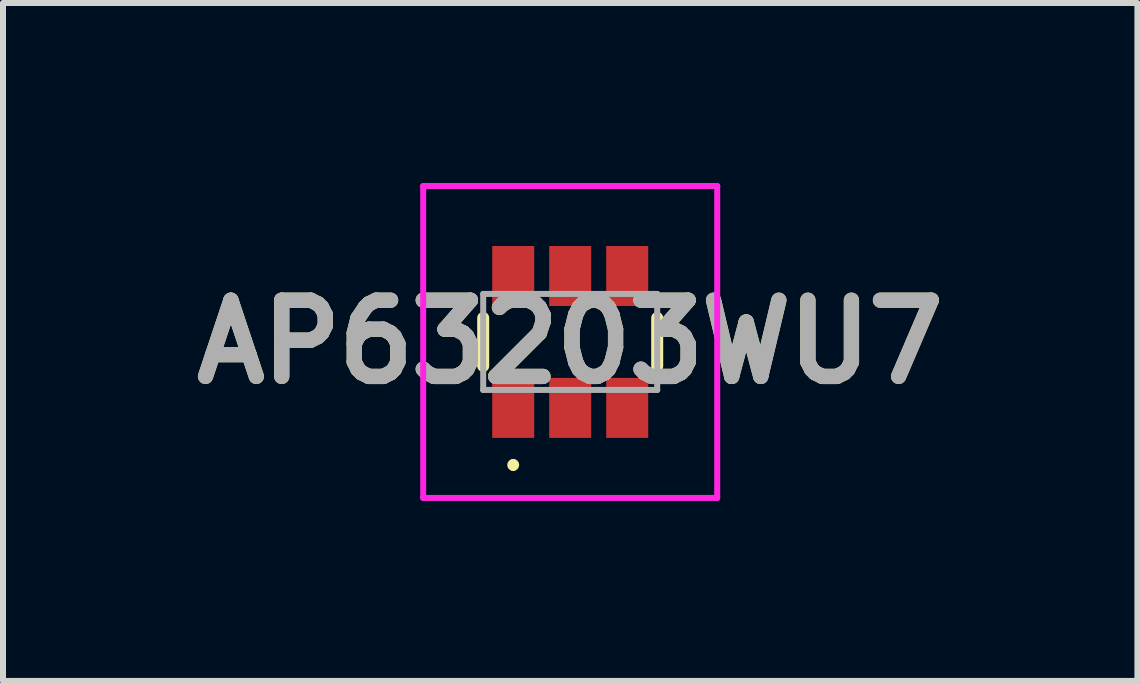
<source format=kicad_pcb>
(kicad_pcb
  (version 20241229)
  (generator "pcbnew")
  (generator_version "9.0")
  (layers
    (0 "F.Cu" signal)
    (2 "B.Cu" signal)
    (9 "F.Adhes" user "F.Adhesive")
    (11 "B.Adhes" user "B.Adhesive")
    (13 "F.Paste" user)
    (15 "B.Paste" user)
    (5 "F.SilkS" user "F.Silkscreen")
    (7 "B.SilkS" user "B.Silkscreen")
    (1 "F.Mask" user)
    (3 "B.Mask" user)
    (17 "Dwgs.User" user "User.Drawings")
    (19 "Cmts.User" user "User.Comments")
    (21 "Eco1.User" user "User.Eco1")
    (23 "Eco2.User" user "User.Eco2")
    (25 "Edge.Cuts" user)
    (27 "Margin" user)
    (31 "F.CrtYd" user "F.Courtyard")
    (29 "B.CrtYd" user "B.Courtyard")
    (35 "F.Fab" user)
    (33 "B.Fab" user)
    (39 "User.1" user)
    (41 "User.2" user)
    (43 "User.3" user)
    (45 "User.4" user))
  (footprint "AP63203WU7"
    (layer "F.Cu")
    (at 6.453 2.649)
    (property "Reference" "AP63203WU7" (at 0 0 0) (layer "F.SilkS") (effects (font (size 1.27 1.27) (thickness 0.254))))
    (attr smd)
    (fp_line (start -1.45 -0.4) (end -1.45 0.4) (stroke (width 0.2) (type solid)) (layer "F.SilkS"))
    (fp_line (start -0.95 2) (end -0.95 2) (stroke (width 0.1) (type solid)) (layer "F.SilkS"))
    (fp_line (start -0.95 2.1) (end -0.95 2.1) (stroke (width 0.1) (type solid)) (layer "F.SilkS"))
    (fp_line (start 1.45 -0.4) (end 1.45 0.4) (stroke (width 0.2) (type solid)) (layer "F.SilkS"))
    (fp_arc (start -0.95 2) (mid -0.9 2.05) (end -0.95 2.1) (stroke (width 0.1) (type solid)) (layer "F.SilkS"))
    (fp_arc (start -0.95 2.1) (mid -1 2.05) (end -0.95 2) (stroke (width 0.1) (type solid)) (layer "F.SilkS"))
    (fp_line (start -2.45 -2.599) (end 2.45 -2.599) (stroke (width 0.1) (type solid)) (layer "F.CrtYd"))
    (fp_line (start -2.45 2.599) (end -2.45 -2.599) (stroke (width 0.1) (type solid)) (layer "F.CrtYd"))
    (fp_line (start 2.45 -2.599) (end 2.45 2.599) (stroke (width 0.1) (type solid)) (layer "F.CrtYd"))
    (fp_line (start 2.45 2.599) (end -2.45 2.599) (stroke (width 0.1) (type solid)) (layer "F.CrtYd"))
    (fp_line (start -1.45 -0.8) (end -1.45 0.8) (stroke (width 0.1) (type solid)) (layer "F.Fab"))
    (fp_line (start -1.45 0.8) (end 1.45 0.8) (stroke (width 0.1) (type solid)) (layer "F.Fab"))
    (fp_line (start 1.45 -0.8) (end -1.45 -0.8) (stroke (width 0.1) (type solid)) (layer "F.Fab"))
    (fp_line (start 1.45 0.8) (end 1.45 -0.8) (stroke (width 0.1) (type solid)) (layer "F.Fab"))
    (fp_text user "${REFERENCE}" (at 0 0 0) (layer "F.Fab") (effects (font (size 1.27 1.27) (thickness 0.254))))
    (pad "1" smd rect (at -0.95 1.099) (size 0.7 1) (layers "F.Cu" "F.Mask" "F.Paste"))
    (pad "2" smd rect (at 0 1.099) (size 0.7 1) (layers "F.Cu" "F.Mask" "F.Paste"))
    (pad "3" smd rect (at 0.95 1.099) (size 0.7 1) (layers "F.Cu" "F.Mask" "F.Paste"))
    (pad "4" smd rect (at 0.95 -1.099) (size 0.7 1) (layers "F.Cu" "F.Mask" "F.Paste"))
    (pad "5" smd rect (at 0 -1.099) (size 0.7 1) (layers "F.Cu" "F.Mask" "F.Paste"))
    (pad "6" smd rect (at -0.95 -1.099) (size 0.7 1) (layers "F.Cu" "F.Mask" "F.Paste")))
  (gr_rect
    (start -3 -3)
    (end 15.906 8.298)
    (stroke (width 0.1) (type default))
    (fill no)
    (layer "Edge.Cuts")))
</source>
